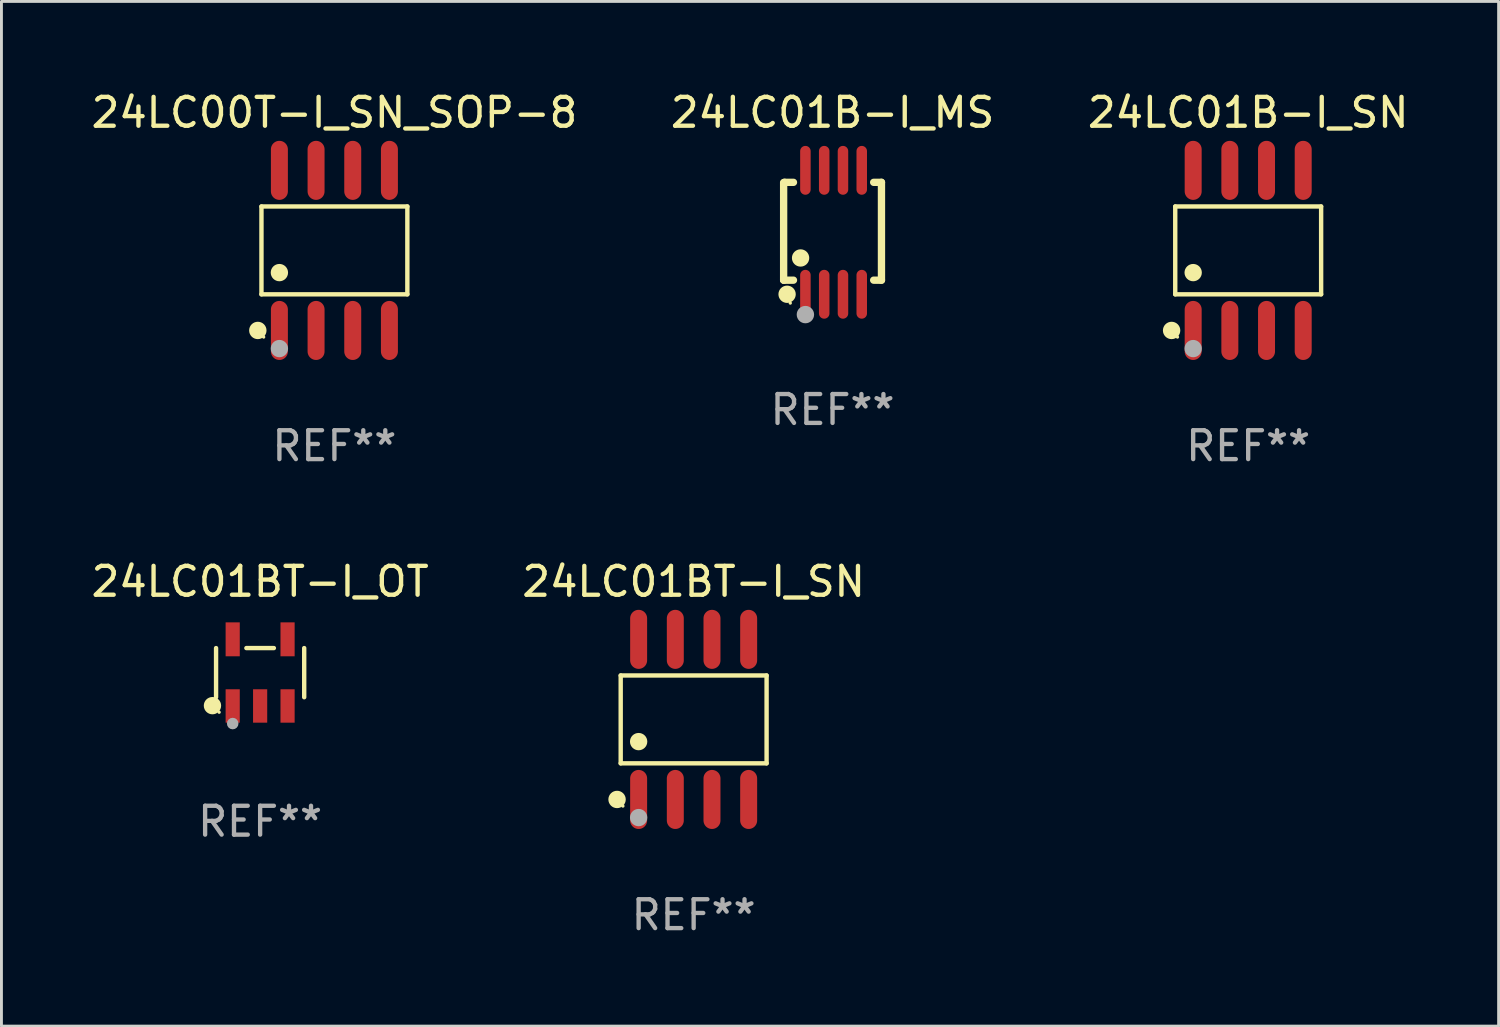
<source format=kicad_pcb>
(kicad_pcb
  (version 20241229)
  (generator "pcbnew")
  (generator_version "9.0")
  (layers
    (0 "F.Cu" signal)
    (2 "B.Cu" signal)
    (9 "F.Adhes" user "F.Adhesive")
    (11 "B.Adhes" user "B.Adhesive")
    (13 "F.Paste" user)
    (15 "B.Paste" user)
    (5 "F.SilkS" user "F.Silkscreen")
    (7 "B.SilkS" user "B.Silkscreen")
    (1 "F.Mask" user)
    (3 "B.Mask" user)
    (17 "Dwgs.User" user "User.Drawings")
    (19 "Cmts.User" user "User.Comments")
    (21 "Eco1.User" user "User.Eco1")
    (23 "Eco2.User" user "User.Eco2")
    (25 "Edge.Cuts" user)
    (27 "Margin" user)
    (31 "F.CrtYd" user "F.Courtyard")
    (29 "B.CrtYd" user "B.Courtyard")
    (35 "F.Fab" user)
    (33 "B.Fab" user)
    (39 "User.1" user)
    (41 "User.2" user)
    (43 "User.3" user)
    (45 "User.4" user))
  (footprint "24LC01BT-I_OT"
    (layer "F.Cu")
    (at 5.958 20.243)
    (property "Reference" "24LC01BT-I_OT" (at 0 -3.154 0) (layer "F.SilkS") (effects (font (size 1 1) (thickness 0.15))))
    (attr through_hole)
    (fp_line (start -1.526 0.851) (end -1.526 -0.851) (stroke (width 0.152) (type solid)) (layer "F.SilkS"))
    (fp_line (start 0.476 -0.851) (end -0.476 -0.851) (stroke (width 0.152) (type solid)) (layer "F.SilkS"))
    (fp_line (start 1.526 0.851) (end 1.526 -0.851) (stroke (width 0.152) (type solid)) (layer "F.SilkS"))
    (fp_circle (center -1.651 1.143) (end -1.501 1.143) (stroke (width 0.3) (type solid)) (fill no) (layer "F.SilkS"))
    (fp_circle (center -1.42 1.37) (end -1.39 1.37) (stroke (width 0.06) (type solid)) (fill no) (layer "F.SilkS"))
    (fp_circle (center -0.95 1.763) (end -0.85 1.763) (stroke (width 0.2) (type solid)) (fill no) (layer "F.Fab"))
    (fp_text user "REF**" (at 0 5.154 0) (layer "F.Fab") (effects (font (size 1 1) (thickness 0.15))))
    (pad "1" smd rect (at -0.95 1.154) (size 0.49 1.157) (layers "F.Cu" "F.Mask" "F.Paste"))
    (pad "2" smd rect (at 0 1.154) (size 0.49 1.157) (layers "F.Cu" "F.Mask" "F.Paste"))
    (pad "3" smd rect (at 0.95 1.154) (size 0.49 1.157) (layers "F.Cu" "F.Mask" "F.Paste"))
    (pad "4" smd rect (at 0.95 -1.154) (size 0.49 1.175) (layers "F.Cu" "F.Mask" "F.Paste"))
    (pad "5" smd rect (at -0.95 -1.154) (size 0.49 1.175) (layers "F.Cu" "F.Mask" "F.Paste")))
  (footprint "24LC01B-I_SN"
    (layer "F.Cu")
    (at 40.173 5.621)
    (property "Reference" "24LC01B-I_SN" (at 0 -4.772 0) (layer "F.SilkS") (effects (font (size 1 1) (thickness 0.15))))
    (attr through_hole)
    (fp_line (start -2.526 -1.521) (end 2.526 -1.521) (stroke (width 0.152) (type solid)) (layer "F.SilkS"))
    (fp_line (start -2.526 1.521) (end -2.526 -1.521) (stroke (width 0.152) (type solid)) (layer "F.SilkS"))
    (fp_line (start 2.526 -1.521) (end 2.526 1.521) (stroke (width 0.152) (type solid)) (layer "F.SilkS"))
    (fp_line (start 2.526 1.521) (end -2.526 1.521) (stroke (width 0.152) (type solid)) (layer "F.SilkS"))
    (fp_circle (center -2.652 2.772) (end -2.501 2.772) (stroke (width 0.3) (type solid)) (fill no) (layer "F.SilkS"))
    (fp_circle (center -2.45 3) (end -2.42 3) (stroke (width 0.06) (type solid)) (fill no) (layer "F.SilkS"))
    (fp_circle (center -1.905 0.769) (end -1.755 0.769) (stroke (width 0.3) (type solid)) (fill no) (layer "F.SilkS"))
    (fp_circle (center -1.905 3.4) (end -1.755 3.4) (stroke (width 0.3) (type solid)) (fill no) (layer "F.Fab"))
    (fp_text user "REF**" (at 0 6.772 0) (layer "F.Fab") (effects (font (size 1 1) (thickness 0.15))))
    (pad "1" smd oval (at -1.905 2.772) (size 0.588 2.045) (layers "F.Cu" "F.Mask" "F.Paste"))
    (pad "2" smd oval (at -0.635 2.772) (size 0.588 2.045) (layers "F.Cu" "F.Mask" "F.Paste"))
    (pad "3" smd oval (at 0.635 2.772) (size 0.588 2.045) (layers "F.Cu" "F.Mask" "F.Paste"))
    (pad "4" smd oval (at 1.905 2.772) (size 0.588 2.045) (layers "F.Cu" "F.Mask" "F.Paste"))
    (pad "5" smd oval (at 1.905 -2.772) (size 0.588 2.045) (layers "F.Cu" "F.Mask" "F.Paste"))
    (pad "6" smd oval (at 0.635 -2.772) (size 0.588 2.045) (layers "F.Cu" "F.Mask" "F.Paste"))
    (pad "7" smd oval (at -0.635 -2.772) (size 0.588 2.045) (layers "F.Cu" "F.Mask" "F.Paste"))
    (pad "8" smd oval (at -1.905 -2.772) (size 0.588 2.045) (layers "F.Cu" "F.Mask" "F.Paste")))
  (footprint "24LC01B-I_MS"
    (layer "F.Cu")
    (at 25.78 4.994)
    (property "Reference" "24LC01B-I_MS" (at 0 -4.146 0) (layer "F.SilkS") (effects (font (size 1 1) (thickness 0.15))))
    (attr through_hole)
    (fp_line (start -1.694 -1.724) (end -1.694 1.652) (stroke (width 0.254) (type solid)) (layer "F.SilkS"))
    (fp_line (start -1.694 1.652) (end -1.688 1.658) (stroke (width 0.254) (type solid)) (layer "F.SilkS"))
    (fp_line (start -1.688 1.658) (end -1.353 1.658) (stroke (width 0.254) (type solid)) (layer "F.SilkS"))
    (fp_line (start -1.661 -1.73) (end -1.681 -1.71) (stroke (width 0.254) (type solid)) (layer "F.SilkS"))
    (fp_line (start -1.353 -1.73) (end -1.661 -1.73) (stroke (width 0.254) (type solid)) (layer "F.SilkS"))
    (fp_line (start 1.424 1.658) (end 1.694 1.658) (stroke (width 0.254) (type solid)) (layer "F.SilkS"))
    (fp_line (start 1.694 -1.73) (end 1.424 -1.73) (stroke (width 0.254) (type solid)) (layer "F.SilkS"))
    (fp_line (start 1.694 1.658) (end 1.694 -1.73) (stroke (width 0.254) (type solid)) (layer "F.SilkS"))
    (fp_circle (center -1.574 2.146) (end -1.424 2.146) (stroke (width 0.3) (type solid)) (fill no) (layer "F.SilkS"))
    (fp_circle (center -1.464 2.45) (end -1.434 2.45) (stroke (width 0.06) (type solid)) (fill no) (layer "F.SilkS"))
    (fp_circle (center -1.107 0.889) (end -0.957 0.889) (stroke (width 0.3) (type solid)) (fill no) (layer "F.SilkS"))
    (fp_circle (center -0.94 2.85) (end -0.789 2.85) (stroke (width 0.3) (type solid)) (fill no) (layer "F.Fab"))
    (fp_text user "REF**" (at 0 6.146 0) (layer "F.Fab") (effects (font (size 1 1) (thickness 0.15))))
    (pad "1" smd oval (at -0.94 2.146) (size 0.364 1.692) (layers "F.Cu" "F.Mask" "F.Paste"))
    (pad "2" smd oval (at -0.289 2.146) (size 0.364 1.692) (layers "F.Cu" "F.Mask" "F.Paste"))
    (pad "3" smd oval (at 0.361 2.146) (size 0.364 1.692) (layers "F.Cu" "F.Mask" "F.Paste"))
    (pad "4" smd oval (at 1.011 2.146) (size 0.364 1.692) (layers "F.Cu" "F.Mask" "F.Paste"))
    (pad "5" smd oval (at 1.011 -2.146) (size 0.364 1.692) (layers "F.Cu" "F.Mask" "F.Paste"))
    (pad "6" smd oval (at 0.361 -2.146) (size 0.364 1.692) (layers "F.Cu" "F.Mask" "F.Paste"))
    (pad "7" smd oval (at -0.289 -2.146) (size 0.364 1.692) (layers "F.Cu" "F.Mask" "F.Paste"))
    (pad "8" smd oval (at -0.94 -2.146) (size 0.364 1.692) (layers "F.Cu" "F.Mask" "F.Paste")))
  (footprint "24LC00T-I_SN_SOP-8"
    (layer "F.Cu")
    (at 8.53 5.621)
    (property "Reference" "24LC00T-I_SN_SOP-8" (at 0 -4.772 0) (layer "F.SilkS") (effects (font (size 1 1) (thickness 0.15))))
    (attr through_hole)
    (fp_line (start -2.526 -1.521) (end 2.526 -1.521) (stroke (width 0.152) (type solid)) (layer "F.SilkS"))
    (fp_line (start -2.526 1.521) (end -2.526 -1.521) (stroke (width 0.152) (type solid)) (layer "F.SilkS"))
    (fp_line (start 2.526 -1.521) (end 2.526 1.521) (stroke (width 0.152) (type solid)) (layer "F.SilkS"))
    (fp_line (start 2.526 1.521) (end -2.526 1.521) (stroke (width 0.152) (type solid)) (layer "F.SilkS"))
    (fp_circle (center -2.652 2.772) (end -2.501 2.772) (stroke (width 0.3) (type solid)) (fill no) (layer "F.SilkS"))
    (fp_circle (center -2.45 3) (end -2.42 3) (stroke (width 0.06) (type solid)) (fill no) (layer "F.SilkS"))
    (fp_circle (center -1.905 0.769) (end -1.755 0.769) (stroke (width 0.3) (type solid)) (fill no) (layer "F.SilkS"))
    (fp_circle (center -1.905 3.4) (end -1.755 3.4) (stroke (width 0.3) (type solid)) (fill no) (layer "F.Fab"))
    (fp_text user "REF**" (at 0 6.772 0) (layer "F.Fab") (effects (font (size 1 1) (thickness 0.15))))
    (pad "1" smd oval (at -1.905 2.772) (size 0.588 2.045) (layers "F.Cu" "F.Mask" "F.Paste"))
    (pad "2" smd oval (at -0.635 2.772) (size 0.588 2.045) (layers "F.Cu" "F.Mask" "F.Paste"))
    (pad "3" smd oval (at 0.635 2.772) (size 0.588 2.045) (layers "F.Cu" "F.Mask" "F.Paste"))
    (pad "4" smd oval (at 1.905 2.772) (size 0.588 2.045) (layers "F.Cu" "F.Mask" "F.Paste"))
    (pad "5" smd oval (at 1.905 -2.772) (size 0.588 2.045) (layers "F.Cu" "F.Mask" "F.Paste"))
    (pad "6" smd oval (at 0.635 -2.772) (size 0.588 2.045) (layers "F.Cu" "F.Mask" "F.Paste"))
    (pad "7" smd oval (at -0.635 -2.772) (size 0.588 2.045) (layers "F.Cu" "F.Mask" "F.Paste"))
    (pad "8" smd oval (at -1.905 -2.772) (size 0.588 2.045) (layers "F.Cu" "F.Mask" "F.Paste")))
  (footprint "24LC01BT-I_SN"
    (layer "F.Cu")
    (at 20.97 21.862)
    (property "Reference" "24LC01BT-I_SN" (at 0 -4.772 0) (layer "F.SilkS") (effects (font (size 1 1) (thickness 0.15))))
    (attr through_hole)
    (fp_line (start -2.526 -1.521) (end 2.526 -1.521) (stroke (width 0.152) (type solid)) (layer "F.SilkS"))
    (fp_line (start -2.526 1.521) (end -2.526 -1.521) (stroke (width 0.152) (type solid)) (layer "F.SilkS"))
    (fp_line (start 2.526 -1.521) (end 2.526 1.521) (stroke (width 0.152) (type solid)) (layer "F.SilkS"))
    (fp_line (start 2.526 1.521) (end -2.526 1.521) (stroke (width 0.152) (type solid)) (layer "F.SilkS"))
    (fp_circle (center -2.652 2.772) (end -2.501 2.772) (stroke (width 0.3) (type solid)) (fill no) (layer "F.SilkS"))
    (fp_circle (center -2.45 3) (end -2.42 3) (stroke (width 0.06) (type solid)) (fill no) (layer "F.SilkS"))
    (fp_circle (center -1.905 0.769) (end -1.755 0.769) (stroke (width 0.3) (type solid)) (fill no) (layer "F.SilkS"))
    (fp_circle (center -1.905 3.4) (end -1.755 3.4) (stroke (width 0.3) (type solid)) (fill no) (layer "F.Fab"))
    (fp_text user "REF**" (at 0 6.772 0) (layer "F.Fab") (effects (font (size 1 1) (thickness 0.15))))
    (pad "1" smd oval (at -1.905 2.772) (size 0.588 2.045) (layers "F.Cu" "F.Mask" "F.Paste"))
    (pad "2" smd oval (at -0.635 2.772) (size 0.588 2.045) (layers "F.Cu" "F.Mask" "F.Paste"))
    (pad "3" smd oval (at 0.635 2.772) (size 0.588 2.045) (layers "F.Cu" "F.Mask" "F.Paste"))
    (pad "4" smd oval (at 1.905 2.772) (size 0.588 2.045) (layers "F.Cu" "F.Mask" "F.Paste"))
    (pad "5" smd oval (at 1.905 -2.772) (size 0.588 2.045) (layers "F.Cu" "F.Mask" "F.Paste"))
    (pad "6" smd oval (at 0.635 -2.772) (size 0.588 2.045) (layers "F.Cu" "F.Mask" "F.Paste"))
    (pad "7" smd oval (at -0.635 -2.772) (size 0.588 2.045) (layers "F.Cu" "F.Mask" "F.Paste"))
    (pad "8" smd oval (at -1.905 -2.772) (size 0.588 2.045) (layers "F.Cu" "F.Mask" "F.Paste")))
  (gr_rect
    (start -3 -3)
    (end 48.845 32.483)
    (stroke (width 0.1) (type default))
    (fill no)
    (layer "Edge.Cuts")))
</source>
